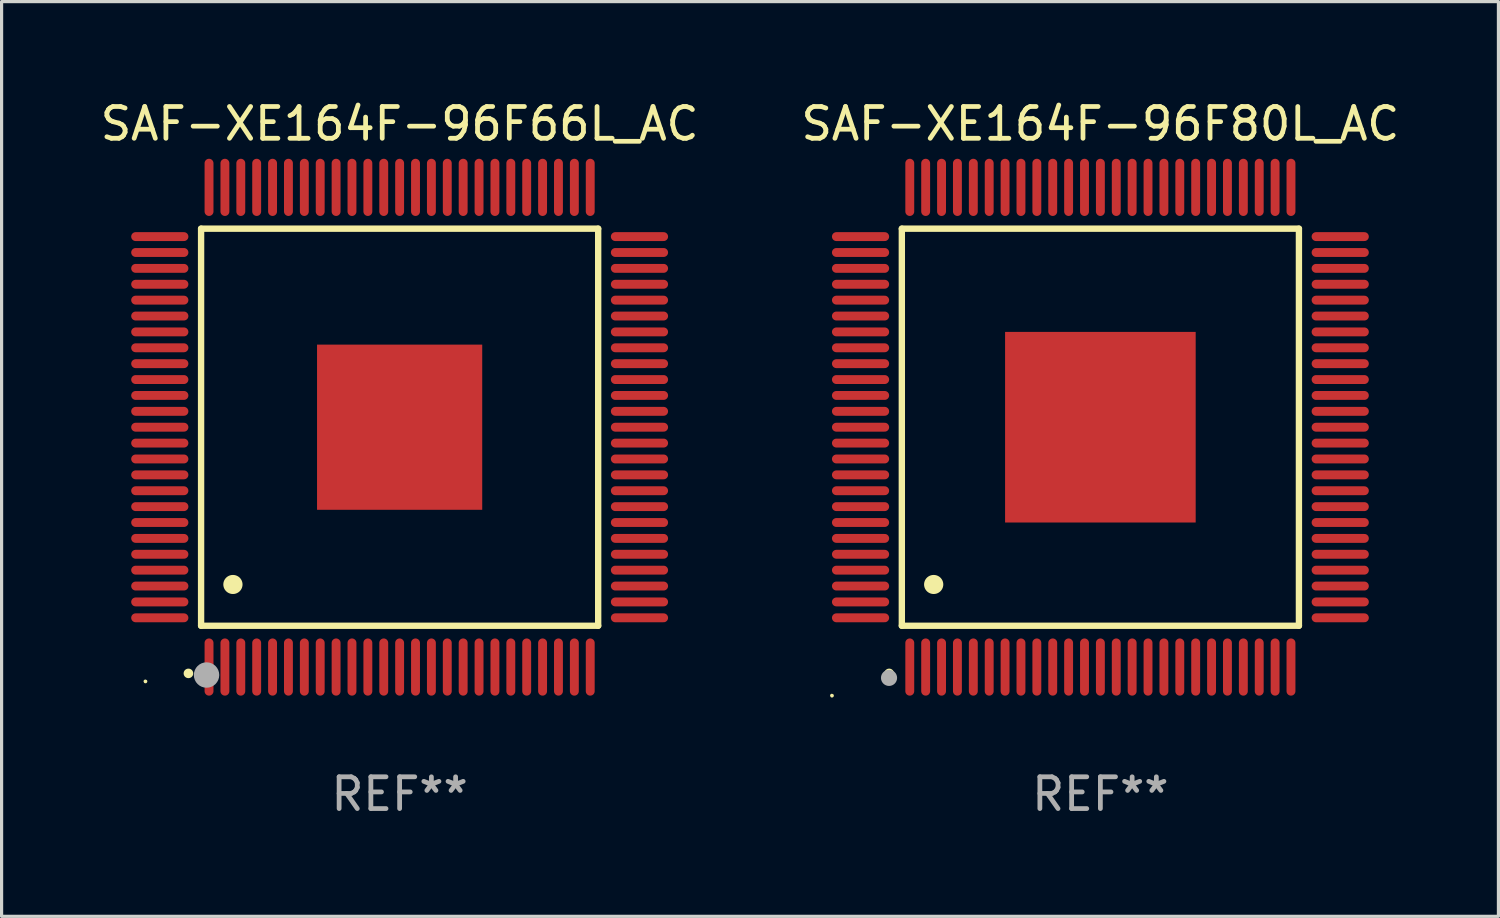
<source format=kicad_pcb>
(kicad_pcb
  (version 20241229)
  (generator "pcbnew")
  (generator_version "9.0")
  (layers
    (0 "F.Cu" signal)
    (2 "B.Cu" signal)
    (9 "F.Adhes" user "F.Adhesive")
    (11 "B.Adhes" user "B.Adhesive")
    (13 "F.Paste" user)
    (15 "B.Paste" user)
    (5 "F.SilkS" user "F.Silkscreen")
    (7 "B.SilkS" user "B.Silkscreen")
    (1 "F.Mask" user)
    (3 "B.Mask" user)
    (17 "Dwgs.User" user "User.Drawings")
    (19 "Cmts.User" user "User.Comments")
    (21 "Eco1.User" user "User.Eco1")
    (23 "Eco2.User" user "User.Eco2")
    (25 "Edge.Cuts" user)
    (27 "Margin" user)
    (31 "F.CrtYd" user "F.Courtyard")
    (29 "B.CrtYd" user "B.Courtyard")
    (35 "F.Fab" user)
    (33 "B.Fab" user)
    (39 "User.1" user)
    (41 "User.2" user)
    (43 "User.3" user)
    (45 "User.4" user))
  (footprint "SAF-XE164F-96F80L_AC"
    (layer "F.Cu")
    (at 31.589 10.398)
    (property "Reference" "SAF-XE164F-96F80L_AC" (at 0 -9.55 0) (layer "F.SilkS") (effects (font (size 1 1) (thickness 0.15))))
    (attr through_hole)
    (fp_line (start -6.25 -6.25) (end -6.25 6.25) (stroke (width 0.2) (type solid)) (layer "F.SilkS"))
    (fp_line (start -6.25 6.25) (end 6.25 6.25) (stroke (width 0.2) (type solid)) (layer "F.SilkS"))
    (fp_line (start 6.25 -6.25) (end -6.25 -6.25) (stroke (width 0.2) (type solid)) (layer "F.SilkS"))
    (fp_line (start 6.25 6.25) (end 6.25 -6.25) (stroke (width 0.2) (type solid)) (layer "F.SilkS"))
    (fp_arc (start -6.649733 7.749555) (mid -6.648463 7.74955) (end -6.647193 7.749555) (stroke (width 0.3) (type solid)) (layer "F.SilkS"))
    (fp_arc (start -5.250191 4.95047) (mid -5.247651 4.950459) (end -5.245111 4.95047) (stroke (width 0.6) (type solid)) (layer "F.SilkS"))
    (fp_circle (center -8.45 8.45) (end -8.42 8.45) (stroke (width 0.06) (type solid)) (fill no) (layer "F.SilkS"))
    (fp_circle (center -6.653 7.891) (end -6.526 7.891) (stroke (width 0.254) (type solid)) (fill no) (layer "F.Fab"))
    (fp_text user "REF**" (at 0 11.55 0) (layer "F.Fab") (effects (font (size 1 1) (thickness 0.15))))
    (pad "1" smd oval (at -6 7.55 180) (size 0.28 1.8) (layers "F.Cu" "F.Mask" "F.Paste"))
    (pad "2" smd oval (at -5.5 7.55 180) (size 0.28 1.8) (layers "F.Cu" "F.Mask" "F.Paste"))
    (pad "3" smd oval (at -5 7.55 180) (size 0.28 1.8) (layers "F.Cu" "F.Mask" "F.Paste"))
    (pad "4" smd oval (at -4.5 7.55 180) (size 0.28 1.8) (layers "F.Cu" "F.Mask" "F.Paste"))
    (pad "5" smd oval (at -4 7.55 180) (size 0.28 1.8) (layers "F.Cu" "F.Mask" "F.Paste"))
    (pad "6" smd oval (at -3.5 7.55 180) (size 0.28 1.8) (layers "F.Cu" "F.Mask" "F.Paste"))
    (pad "7" smd oval (at -3 7.55 180) (size 0.28 1.8) (layers "F.Cu" "F.Mask" "F.Paste"))
    (pad "8" smd oval (at -2.5 7.55 180) (size 0.28 1.8) (layers "F.Cu" "F.Mask" "F.Paste"))
    (pad "9" smd oval (at -2 7.55 180) (size 0.28 1.8) (layers "F.Cu" "F.Mask" "F.Paste"))
    (pad "10" smd oval (at -1.5 7.55 180) (size 0.28 1.8) (layers "F.Cu" "F.Mask" "F.Paste"))
    (pad "11" smd oval (at -1 7.55 180) (size 0.28 1.8) (layers "F.Cu" "F.Mask" "F.Paste"))
    (pad "12" smd oval (at -0.5 7.55 180) (size 0.28 1.8) (layers "F.Cu" "F.Mask" "F.Paste"))
    (pad "13" smd oval (at 0 7.55 180) (size 0.28 1.8) (layers "F.Cu" "F.Mask" "F.Paste"))
    (pad "14" smd oval (at 0.5 7.55 180) (size 0.28 1.8) (layers "F.Cu" "F.Mask" "F.Paste"))
    (pad "15" smd oval (at 1 7.55 180) (size 0.28 1.8) (layers "F.Cu" "F.Mask" "F.Paste"))
    (pad "16" smd oval (at 1.5 7.55 180) (size 0.28 1.8) (layers "F.Cu" "F.Mask" "F.Paste"))
    (pad "17" smd oval (at 2 7.55 180) (size 0.28 1.8) (layers "F.Cu" "F.Mask" "F.Paste"))
    (pad "18" smd oval (at 2.5 7.55 180) (size 0.28 1.8) (layers "F.Cu" "F.Mask" "F.Paste"))
    (pad "19" smd oval (at 3 7.55 180) (size 0.28 1.8) (layers "F.Cu" "F.Mask" "F.Paste"))
    (pad "20" smd oval (at 3.5 7.55 180) (size 0.28 1.8) (layers "F.Cu" "F.Mask" "F.Paste"))
    (pad "21" smd oval (at 4 7.55 180) (size 0.28 1.8) (layers "F.Cu" "F.Mask" "F.Paste"))
    (pad "22" smd oval (at 4.5 7.55 180) (size 0.28 1.8) (layers "F.Cu" "F.Mask" "F.Paste"))
    (pad "23" smd oval (at 5 7.55 180) (size 0.28 1.8) (layers "F.Cu" "F.Mask" "F.Paste"))
    (pad "24" smd oval (at 5.5 7.55 180) (size 0.28 1.8) (layers "F.Cu" "F.Mask" "F.Paste"))
    (pad "25" smd oval (at 6 7.55 180) (size 0.28 1.8) (layers "F.Cu" "F.Mask" "F.Paste"))
    (pad "26" smd oval (at 7.55 6 90) (size 0.28 1.8) (layers "F.Cu" "F.Mask" "F.Paste"))
    (pad "27" smd oval (at 7.55 5.5 90) (size 0.28 1.8) (layers "F.Cu" "F.Mask" "F.Paste"))
    (pad "28" smd oval (at 7.55 5 90) (size 0.28 1.8) (layers "F.Cu" "F.Mask" "F.Paste"))
    (pad "29" smd oval (at 7.55 4.5 90) (size 0.28 1.8) (layers "F.Cu" "F.Mask" "F.Paste"))
    (pad "30" smd oval (at 7.55 4 90) (size 0.28 1.8) (layers "F.Cu" "F.Mask" "F.Paste"))
    (pad "31" smd oval (at 7.55 3.5 90) (size 0.28 1.8) (layers "F.Cu" "F.Mask" "F.Paste"))
    (pad "32" smd oval (at 7.55 3 90) (size 0.28 1.8) (layers "F.Cu" "F.Mask" "F.Paste"))
    (pad "33" smd oval (at 7.55 2.5 90) (size 0.28 1.8) (layers "F.Cu" "F.Mask" "F.Paste"))
    (pad "34" smd oval (at 7.55 2 90) (size 0.28 1.8) (layers "F.Cu" "F.Mask" "F.Paste"))
    (pad "35" smd oval (at 7.55 1.5 90) (size 0.28 1.8) (layers "F.Cu" "F.Mask" "F.Paste"))
    (pad "36" smd oval (at 7.55 1 90) (size 0.28 1.8) (layers "F.Cu" "F.Mask" "F.Paste"))
    (pad "37" smd oval (at 7.55 0.5 90) (size 0.28 1.8) (layers "F.Cu" "F.Mask" "F.Paste"))
    (pad "38" smd oval (at 7.55 0 90) (size 0.28 1.8) (layers "F.Cu" "F.Mask" "F.Paste"))
    (pad "39" smd oval (at 7.55 -0.5 90) (size 0.28 1.8) (layers "F.Cu" "F.Mask" "F.Paste"))
    (pad "40" smd oval (at 7.55 -1 90) (size 0.28 1.8) (layers "F.Cu" "F.Mask" "F.Paste"))
    (pad "41" smd oval (at 7.55 -1.5 90) (size 0.28 1.8) (layers "F.Cu" "F.Mask" "F.Paste"))
    (pad "42" smd oval (at 7.55 -2 90) (size 0.28 1.8) (layers "F.Cu" "F.Mask" "F.Paste"))
    (pad "43" smd oval (at 7.55 -2.5 90) (size 0.28 1.8) (layers "F.Cu" "F.Mask" "F.Paste"))
    (pad "44" smd oval (at 7.55 -3 90) (size 0.28 1.8) (layers "F.Cu" "F.Mask" "F.Paste"))
    (pad "45" smd oval (at 7.55 -3.5 90) (size 0.28 1.8) (layers "F.Cu" "F.Mask" "F.Paste"))
    (pad "46" smd oval (at 7.55 -4 90) (size 0.28 1.8) (layers "F.Cu" "F.Mask" "F.Paste"))
    (pad "47" smd oval (at 7.55 -4.5 90) (size 0.28 1.8) (layers "F.Cu" "F.Mask" "F.Paste"))
    (pad "48" smd oval (at 7.55 -5 90) (size 0.28 1.8) (layers "F.Cu" "F.Mask" "F.Paste"))
    (pad "49" smd oval (at 7.55 -5.5 90) (size 0.28 1.8) (layers "F.Cu" "F.Mask" "F.Paste"))
    (pad "50" smd oval (at 7.55 -6 90) (size 0.28 1.8) (layers "F.Cu" "F.Mask" "F.Paste"))
    (pad "51" smd oval (at 6 -7.55 180) (size 0.28 1.8) (layers "F.Cu" "F.Mask" "F.Paste"))
    (pad "52" smd oval (at 5.5 -7.55 180) (size 0.28 1.8) (layers "F.Cu" "F.Mask" "F.Paste"))
    (pad "53" smd oval (at 5 -7.55 180) (size 0.28 1.8) (layers "F.Cu" "F.Mask" "F.Paste"))
    (pad "54" smd oval (at 4.5 -7.55 180) (size 0.28 1.8) (layers "F.Cu" "F.Mask" "F.Paste"))
    (pad "55" smd oval (at 4 -7.55 180) (size 0.28 1.8) (layers "F.Cu" "F.Mask" "F.Paste"))
    (pad "56" smd oval (at 3.5 -7.55 180) (size 0.28 1.8) (layers "F.Cu" "F.Mask" "F.Paste"))
    (pad "57" smd oval (at 3 -7.55 180) (size 0.28 1.8) (layers "F.Cu" "F.Mask" "F.Paste"))
    (pad "58" smd oval (at 2.5 -7.55 180) (size 0.28 1.8) (layers "F.Cu" "F.Mask" "F.Paste"))
    (pad "59" smd oval (at 2 -7.55 180) (size 0.28 1.8) (layers "F.Cu" "F.Mask" "F.Paste"))
    (pad "60" smd oval (at 1.5 -7.55 180) (size 0.28 1.8) (layers "F.Cu" "F.Mask" "F.Paste"))
    (pad "61" smd oval (at 1 -7.55 180) (size 0.28 1.8) (layers "F.Cu" "F.Mask" "F.Paste"))
    (pad "62" smd oval (at 0.5 -7.55 180) (size 0.28 1.8) (layers "F.Cu" "F.Mask" "F.Paste"))
    (pad "63" smd oval (at 0 -7.55 180) (size 0.28 1.8) (layers "F.Cu" "F.Mask" "F.Paste"))
    (pad "64" smd oval (at -0.5 -7.55 180) (size 0.28 1.8) (layers "F.Cu" "F.Mask" "F.Paste"))
    (pad "65" smd oval (at -1 -7.55 180) (size 0.28 1.8) (layers "F.Cu" "F.Mask" "F.Paste"))
    (pad "66" smd oval (at -1.5 -7.55 180) (size 0.28 1.8) (layers "F.Cu" "F.Mask" "F.Paste"))
    (pad "67" smd oval (at -2 -7.55 180) (size 0.28 1.8) (layers "F.Cu" "F.Mask" "F.Paste"))
    (pad "68" smd oval (at -2.5 -7.55 180) (size 0.28 1.8) (layers "F.Cu" "F.Mask" "F.Paste"))
    (pad "69" smd oval (at -3 -7.55 180) (size 0.28 1.8) (layers "F.Cu" "F.Mask" "F.Paste"))
    (pad "70" smd oval (at -3.5 -7.55 180) (size 0.28 1.8) (layers "F.Cu" "F.Mask" "F.Paste"))
    (pad "71" smd oval (at -4 -7.55 180) (size 0.28 1.8) (layers "F.Cu" "F.Mask" "F.Paste"))
    (pad "72" smd oval (at -4.5 -7.55 180) (size 0.28 1.8) (layers "F.Cu" "F.Mask" "F.Paste"))
    (pad "73" smd oval (at -5 -7.55 180) (size 0.28 1.8) (layers "F.Cu" "F.Mask" "F.Paste"))
    (pad "74" smd oval (at -5.5 -7.55 180) (size 0.28 1.8) (layers "F.Cu" "F.Mask" "F.Paste"))
    (pad "75" smd oval (at -6 -7.55 180) (size 0.28 1.8) (layers "F.Cu" "F.Mask" "F.Paste"))
    (pad "76" smd oval (at -7.55 -6 90) (size 0.28 1.8) (layers "F.Cu" "F.Mask" "F.Paste"))
    (pad "77" smd oval (at -7.55 -5.5 90) (size 0.28 1.8) (layers "F.Cu" "F.Mask" "F.Paste"))
    (pad "78" smd oval (at -7.55 -5 90) (size 0.28 1.8) (layers "F.Cu" "F.Mask" "F.Paste"))
    (pad "79" smd oval (at -7.55 -4.5 90) (size 0.28 1.8) (layers "F.Cu" "F.Mask" "F.Paste"))
    (pad "80" smd oval (at -7.55 -4 90) (size 0.28 1.8) (layers "F.Cu" "F.Mask" "F.Paste"))
    (pad "81" smd oval (at -7.55 -3.5 90) (size 0.28 1.8) (layers "F.Cu" "F.Mask" "F.Paste"))
    (pad "82" smd oval (at -7.55 -3 90) (size 0.28 1.8) (layers "F.Cu" "F.Mask" "F.Paste"))
    (pad "83" smd oval (at -7.55 -2.5 90) (size 0.28 1.8) (layers "F.Cu" "F.Mask" "F.Paste"))
    (pad "84" smd oval (at -7.55 -2 90) (size 0.28 1.8) (layers "F.Cu" "F.Mask" "F.Paste"))
    (pad "85" smd oval (at -7.55 -1.5 90) (size 0.28 1.8) (layers "F.Cu" "F.Mask" "F.Paste"))
    (pad "86" smd oval (at -7.55 -1 90) (size 0.28 1.8) (layers "F.Cu" "F.Mask" "F.Paste"))
    (pad "87" smd oval (at -7.55 -0.5 90) (size 0.28 1.8) (layers "F.Cu" "F.Mask" "F.Paste"))
    (pad "88" smd oval (at -7.55 0 90) (size 0.28 1.8) (layers "F.Cu" "F.Mask" "F.Paste"))
    (pad "89" smd oval (at -7.55 0.5 90) (size 0.28 1.8) (layers "F.Cu" "F.Mask" "F.Paste"))
    (pad "90" smd oval (at -7.55 1 90) (size 0.28 1.8) (layers "F.Cu" "F.Mask" "F.Paste"))
    (pad "91" smd oval (at -7.55 1.5 90) (size 0.28 1.8) (layers "F.Cu" "F.Mask" "F.Paste"))
    (pad "92" smd oval (at -7.55 2 90) (size 0.28 1.8) (layers "F.Cu" "F.Mask" "F.Paste"))
    (pad "93" smd oval (at -7.55 2.5 90) (size 0.28 1.8) (layers "F.Cu" "F.Mask" "F.Paste"))
    (pad "94" smd oval (at -7.55 3 90) (size 0.28 1.8) (layers "F.Cu" "F.Mask" "F.Paste"))
    (pad "95" smd oval (at -7.55 3.5 90) (size 0.28 1.8) (layers "F.Cu" "F.Mask" "F.Paste"))
    (pad "96" smd oval (at -7.55 4 90) (size 0.28 1.8) (layers "F.Cu" "F.Mask" "F.Paste"))
    (pad "97" smd oval (at -7.55 4.5 90) (size 0.28 1.8) (layers "F.Cu" "F.Mask" "F.Paste"))
    (pad "98" smd oval (at -7.55 5 90) (size 0.28 1.8) (layers "F.Cu" "F.Mask" "F.Paste"))
    (pad "99" smd oval (at -7.55 5.5 90) (size 0.28 1.8) (layers "F.Cu" "F.Mask" "F.Paste"))
    (pad "100" smd oval (at -7.55 6 90) (size 0.28 1.8) (layers "F.Cu" "F.Mask" "F.Paste"))
    (pad "101" smd rect (at 0 0) (size 6 6) (layers "F.Cu" "F.Mask" "F.Paste")))
  (footprint "SAF-XE164F-96F66L_AC"
    (layer "F.Cu")
    (at 9.53 10.398)
    (property "Reference" "SAF-XE164F-96F66L_AC" (at 0 -9.55 0) (layer "F.SilkS") (effects (font (size 1 1) (thickness 0.15))))
    (attr through_hole)
    (fp_line (start -6.25 -6.25) (end -6.25 6.25) (stroke (width 0.2) (type solid)) (layer "F.SilkS"))
    (fp_line (start -6.25 6.25) (end 6.25 6.25) (stroke (width 0.2) (type solid)) (layer "F.SilkS"))
    (fp_line (start 6.25 -6.25) (end -6.25 -6.25) (stroke (width 0.2) (type solid)) (layer "F.SilkS"))
    (fp_line (start 6.25 6.25) (end 6.25 -6.25) (stroke (width 0.2) (type solid)) (layer "F.SilkS"))
    (fp_arc (start -6.649733 7.749555) (mid -6.648463 7.74955) (end -6.647193 7.749555) (stroke (width 0.3) (type solid)) (layer "F.SilkS"))
    (fp_arc (start -5.250191 4.95047) (mid -5.247651 4.950459) (end -5.245111 4.95047) (stroke (width 0.6) (type solid)) (layer "F.SilkS"))
    (fp_circle (center -8.002 8.002) (end -7.972 8.002) (stroke (width 0.06) (type solid)) (fill no) (layer "F.SilkS"))
    (fp_circle (center -6.078 7.801) (end -5.878 7.801) (stroke (width 0.4) (type solid)) (fill no) (layer "F.Fab"))
    (fp_text user "REF**" (at 0 11.55 0) (layer "F.Fab") (effects (font (size 1 1) (thickness 0.15))))
    (pad "1" smd oval (at -6 7.55 180) (size 0.28 1.8) (layers "F.Cu" "F.Mask" "F.Paste"))
    (pad "2" smd oval (at -5.5 7.55 180) (size 0.28 1.8) (layers "F.Cu" "F.Mask" "F.Paste"))
    (pad "3" smd oval (at -5 7.55 180) (size 0.28 1.8) (layers "F.Cu" "F.Mask" "F.Paste"))
    (pad "4" smd oval (at -4.5 7.55 180) (size 0.28 1.8) (layers "F.Cu" "F.Mask" "F.Paste"))
    (pad "5" smd oval (at -4 7.55 180) (size 0.28 1.8) (layers "F.Cu" "F.Mask" "F.Paste"))
    (pad "6" smd oval (at -3.5 7.55 180) (size 0.28 1.8) (layers "F.Cu" "F.Mask" "F.Paste"))
    (pad "7" smd oval (at -3 7.55 180) (size 0.28 1.8) (layers "F.Cu" "F.Mask" "F.Paste"))
    (pad "8" smd oval (at -2.5 7.55 180) (size 0.28 1.8) (layers "F.Cu" "F.Mask" "F.Paste"))
    (pad "9" smd oval (at -2 7.55 180) (size 0.28 1.8) (layers "F.Cu" "F.Mask" "F.Paste"))
    (pad "10" smd oval (at -1.5 7.55 180) (size 0.28 1.8) (layers "F.Cu" "F.Mask" "F.Paste"))
    (pad "11" smd oval (at -1 7.55 180) (size 0.28 1.8) (layers "F.Cu" "F.Mask" "F.Paste"))
    (pad "12" smd oval (at -0.5 7.55 180) (size 0.28 1.8) (layers "F.Cu" "F.Mask" "F.Paste"))
    (pad "13" smd oval (at 0 7.55 180) (size 0.28 1.8) (layers "F.Cu" "F.Mask" "F.Paste"))
    (pad "14" smd oval (at 0.5 7.55 180) (size 0.28 1.8) (layers "F.Cu" "F.Mask" "F.Paste"))
    (pad "15" smd oval (at 1 7.55 180) (size 0.28 1.8) (layers "F.Cu" "F.Mask" "F.Paste"))
    (pad "16" smd oval (at 1.5 7.55 180) (size 0.28 1.8) (layers "F.Cu" "F.Mask" "F.Paste"))
    (pad "17" smd oval (at 2 7.55 180) (size 0.28 1.8) (layers "F.Cu" "F.Mask" "F.Paste"))
    (pad "18" smd oval (at 2.5 7.55 180) (size 0.28 1.8) (layers "F.Cu" "F.Mask" "F.Paste"))
    (pad "19" smd oval (at 3 7.55 180) (size 0.28 1.8) (layers "F.Cu" "F.Mask" "F.Paste"))
    (pad "20" smd oval (at 3.5 7.55 180) (size 0.28 1.8) (layers "F.Cu" "F.Mask" "F.Paste"))
    (pad "21" smd oval (at 4 7.55 180) (size 0.28 1.8) (layers "F.Cu" "F.Mask" "F.Paste"))
    (pad "22" smd oval (at 4.5 7.55 180) (size 0.28 1.8) (layers "F.Cu" "F.Mask" "F.Paste"))
    (pad "23" smd oval (at 5 7.55 180) (size 0.28 1.8) (layers "F.Cu" "F.Mask" "F.Paste"))
    (pad "24" smd oval (at 5.5 7.55 180) (size 0.28 1.8) (layers "F.Cu" "F.Mask" "F.Paste"))
    (pad "25" smd oval (at 6 7.55 180) (size 0.28 1.8) (layers "F.Cu" "F.Mask" "F.Paste"))
    (pad "26" smd oval (at 7.55 6 90) (size 0.28 1.8) (layers "F.Cu" "F.Mask" "F.Paste"))
    (pad "27" smd oval (at 7.55 5.5 90) (size 0.28 1.8) (layers "F.Cu" "F.Mask" "F.Paste"))
    (pad "28" smd oval (at 7.55 5 90) (size 0.28 1.8) (layers "F.Cu" "F.Mask" "F.Paste"))
    (pad "29" smd oval (at 7.55 4.5 90) (size 0.28 1.8) (layers "F.Cu" "F.Mask" "F.Paste"))
    (pad "30" smd oval (at 7.55 4 90) (size 0.28 1.8) (layers "F.Cu" "F.Mask" "F.Paste"))
    (pad "31" smd oval (at 7.55 3.5 90) (size 0.28 1.8) (layers "F.Cu" "F.Mask" "F.Paste"))
    (pad "32" smd oval (at 7.55 3 90) (size 0.28 1.8) (layers "F.Cu" "F.Mask" "F.Paste"))
    (pad "33" smd oval (at 7.55 2.5 90) (size 0.28 1.8) (layers "F.Cu" "F.Mask" "F.Paste"))
    (pad "34" smd oval (at 7.55 2 90) (size 0.28 1.8) (layers "F.Cu" "F.Mask" "F.Paste"))
    (pad "35" smd oval (at 7.55 1.5 90) (size 0.28 1.8) (layers "F.Cu" "F.Mask" "F.Paste"))
    (pad "36" smd oval (at 7.55 1 90) (size 0.28 1.8) (layers "F.Cu" "F.Mask" "F.Paste"))
    (pad "37" smd oval (at 7.55 0.5 90) (size 0.28 1.8) (layers "F.Cu" "F.Mask" "F.Paste"))
    (pad "38" smd oval (at 7.55 0 90) (size 0.28 1.8) (layers "F.Cu" "F.Mask" "F.Paste"))
    (pad "39" smd oval (at 7.55 -0.5 90) (size 0.28 1.8) (layers "F.Cu" "F.Mask" "F.Paste"))
    (pad "40" smd oval (at 7.55 -1 90) (size 0.28 1.8) (layers "F.Cu" "F.Mask" "F.Paste"))
    (pad "41" smd oval (at 7.55 -1.5 90) (size 0.28 1.8) (layers "F.Cu" "F.Mask" "F.Paste"))
    (pad "42" smd oval (at 7.55 -2 90) (size 0.28 1.8) (layers "F.Cu" "F.Mask" "F.Paste"))
    (pad "43" smd oval (at 7.55 -2.5 90) (size 0.28 1.8) (layers "F.Cu" "F.Mask" "F.Paste"))
    (pad "44" smd oval (at 7.55 -3 90) (size 0.28 1.8) (layers "F.Cu" "F.Mask" "F.Paste"))
    (pad "45" smd oval (at 7.55 -3.5 90) (size 0.28 1.8) (layers "F.Cu" "F.Mask" "F.Paste"))
    (pad "46" smd oval (at 7.55 -4 90) (size 0.28 1.8) (layers "F.Cu" "F.Mask" "F.Paste"))
    (pad "47" smd oval (at 7.55 -4.5 90) (size 0.28 1.8) (layers "F.Cu" "F.Mask" "F.Paste"))
    (pad "48" smd oval (at 7.55 -5 90) (size 0.28 1.8) (layers "F.Cu" "F.Mask" "F.Paste"))
    (pad "49" smd oval (at 7.55 -5.5 90) (size 0.28 1.8) (layers "F.Cu" "F.Mask" "F.Paste"))
    (pad "50" smd oval (at 7.55 -6 90) (size 0.28 1.8) (layers "F.Cu" "F.Mask" "F.Paste"))
    (pad "51" smd oval (at 6 -7.55 180) (size 0.28 1.8) (layers "F.Cu" "F.Mask" "F.Paste"))
    (pad "52" smd oval (at 5.5 -7.55 180) (size 0.28 1.8) (layers "F.Cu" "F.Mask" "F.Paste"))
    (pad "53" smd oval (at 5 -7.55 180) (size 0.28 1.8) (layers "F.Cu" "F.Mask" "F.Paste"))
    (pad "54" smd oval (at 4.5 -7.55 180) (size 0.28 1.8) (layers "F.Cu" "F.Mask" "F.Paste"))
    (pad "55" smd oval (at 4 -7.55 180) (size 0.28 1.8) (layers "F.Cu" "F.Mask" "F.Paste"))
    (pad "56" smd oval (at 3.5 -7.55 180) (size 0.28 1.8) (layers "F.Cu" "F.Mask" "F.Paste"))
    (pad "57" smd oval (at 3 -7.55 180) (size 0.28 1.8) (layers "F.Cu" "F.Mask" "F.Paste"))
    (pad "58" smd oval (at 2.5 -7.55 180) (size 0.28 1.8) (layers "F.Cu" "F.Mask" "F.Paste"))
    (pad "59" smd oval (at 2 -7.55 180) (size 0.28 1.8) (layers "F.Cu" "F.Mask" "F.Paste"))
    (pad "60" smd oval (at 1.5 -7.55 180) (size 0.28 1.8) (layers "F.Cu" "F.Mask" "F.Paste"))
    (pad "61" smd oval (at 1 -7.55 180) (size 0.28 1.8) (layers "F.Cu" "F.Mask" "F.Paste"))
    (pad "62" smd oval (at 0.5 -7.55 180) (size 0.28 1.8) (layers "F.Cu" "F.Mask" "F.Paste"))
    (pad "63" smd oval (at 0 -7.55 180) (size 0.28 1.8) (layers "F.Cu" "F.Mask" "F.Paste"))
    (pad "64" smd oval (at -0.5 -7.55 180) (size 0.28 1.8) (layers "F.Cu" "F.Mask" "F.Paste"))
    (pad "65" smd oval (at -1 -7.55 180) (size 0.28 1.8) (layers "F.Cu" "F.Mask" "F.Paste"))
    (pad "66" smd oval (at -1.5 -7.55 180) (size 0.28 1.8) (layers "F.Cu" "F.Mask" "F.Paste"))
    (pad "67" smd oval (at -2 -7.55 180) (size 0.28 1.8) (layers "F.Cu" "F.Mask" "F.Paste"))
    (pad "68" smd oval (at -2.5 -7.55 180) (size 0.28 1.8) (layers "F.Cu" "F.Mask" "F.Paste"))
    (pad "69" smd oval (at -3 -7.55 180) (size 0.28 1.8) (layers "F.Cu" "F.Mask" "F.Paste"))
    (pad "70" smd oval (at -3.5 -7.55 180) (size 0.28 1.8) (layers "F.Cu" "F.Mask" "F.Paste"))
    (pad "71" smd oval (at -4 -7.55 180) (size 0.28 1.8) (layers "F.Cu" "F.Mask" "F.Paste"))
    (pad "72" smd oval (at -4.5 -7.55 180) (size 0.28 1.8) (layers "F.Cu" "F.Mask" "F.Paste"))
    (pad "73" smd oval (at -5 -7.55 180) (size 0.28 1.8) (layers "F.Cu" "F.Mask" "F.Paste"))
    (pad "74" smd oval (at -5.5 -7.55 180) (size 0.28 1.8) (layers "F.Cu" "F.Mask" "F.Paste"))
    (pad "75" smd oval (at -6 -7.55 180) (size 0.28 1.8) (layers "F.Cu" "F.Mask" "F.Paste"))
    (pad "76" smd oval (at -7.55 -6 90) (size 0.28 1.8) (layers "F.Cu" "F.Mask" "F.Paste"))
    (pad "77" smd oval (at -7.55 -5.5 90) (size 0.28 1.8) (layers "F.Cu" "F.Mask" "F.Paste"))
    (pad "78" smd oval (at -7.55 -5 90) (size 0.28 1.8) (layers "F.Cu" "F.Mask" "F.Paste"))
    (pad "79" smd oval (at -7.55 -4.5 90) (size 0.28 1.8) (layers "F.Cu" "F.Mask" "F.Paste"))
    (pad "80" smd oval (at -7.55 -4 90) (size 0.28 1.8) (layers "F.Cu" "F.Mask" "F.Paste"))
    (pad "81" smd oval (at -7.55 -3.5 90) (size 0.28 1.8) (layers "F.Cu" "F.Mask" "F.Paste"))
    (pad "82" smd oval (at -7.55 -3 90) (size 0.28 1.8) (layers "F.Cu" "F.Mask" "F.Paste"))
    (pad "83" smd oval (at -7.55 -2.5 90) (size 0.28 1.8) (layers "F.Cu" "F.Mask" "F.Paste"))
    (pad "84" smd oval (at -7.55 -2 90) (size 0.28 1.8) (layers "F.Cu" "F.Mask" "F.Paste"))
    (pad "85" smd oval (at -7.55 -1.5 90) (size 0.28 1.8) (layers "F.Cu" "F.Mask" "F.Paste"))
    (pad "86" smd oval (at -7.55 -1 90) (size 0.28 1.8) (layers "F.Cu" "F.Mask" "F.Paste"))
    (pad "87" smd oval (at -7.55 -0.5 90) (size 0.28 1.8) (layers "F.Cu" "F.Mask" "F.Paste"))
    (pad "88" smd oval (at -7.55 0 90) (size 0.28 1.8) (layers "F.Cu" "F.Mask" "F.Paste"))
    (pad "89" smd oval (at -7.55 0.5 90) (size 0.28 1.8) (layers "F.Cu" "F.Mask" "F.Paste"))
    (pad "90" smd oval (at -7.55 1 90) (size 0.28 1.8) (layers "F.Cu" "F.Mask" "F.Paste"))
    (pad "91" smd oval (at -7.55 1.5 90) (size 0.28 1.8) (layers "F.Cu" "F.Mask" "F.Paste"))
    (pad "92" smd oval (at -7.55 2 90) (size 0.28 1.8) (layers "F.Cu" "F.Mask" "F.Paste"))
    (pad "93" smd oval (at -7.55 2.5 90) (size 0.28 1.8) (layers "F.Cu" "F.Mask" "F.Paste"))
    (pad "94" smd oval (at -7.55 3 90) (size 0.28 1.8) (layers "F.Cu" "F.Mask" "F.Paste"))
    (pad "95" smd oval (at -7.55 3.5 90) (size 0.28 1.8) (layers "F.Cu" "F.Mask" "F.Paste"))
    (pad "96" smd oval (at -7.55 4 90) (size 0.28 1.8) (layers "F.Cu" "F.Mask" "F.Paste"))
    (pad "97" smd oval (at -7.55 4.5 90) (size 0.28 1.8) (layers "F.Cu" "F.Mask" "F.Paste"))
    (pad "98" smd oval (at -7.55 5 90) (size 0.28 1.8) (layers "F.Cu" "F.Mask" "F.Paste"))
    (pad "99" smd oval (at -7.55 5.5 90) (size 0.28 1.8) (layers "F.Cu" "F.Mask" "F.Paste"))
    (pad "100" smd oval (at -7.55 6 90) (size 0.28 1.8) (layers "F.Cu" "F.Mask" "F.Paste"))
    (pad "101" smd rect (at 0 0) (size 5.2 5.2) (layers "F.Cu" "F.Mask" "F.Paste")))
  (gr_rect
    (start -3 -3)
    (end 44.119 25.796)
    (stroke (width 0.1) (type default))
    (fill no)
    (layer "Edge.Cuts")))
</source>
